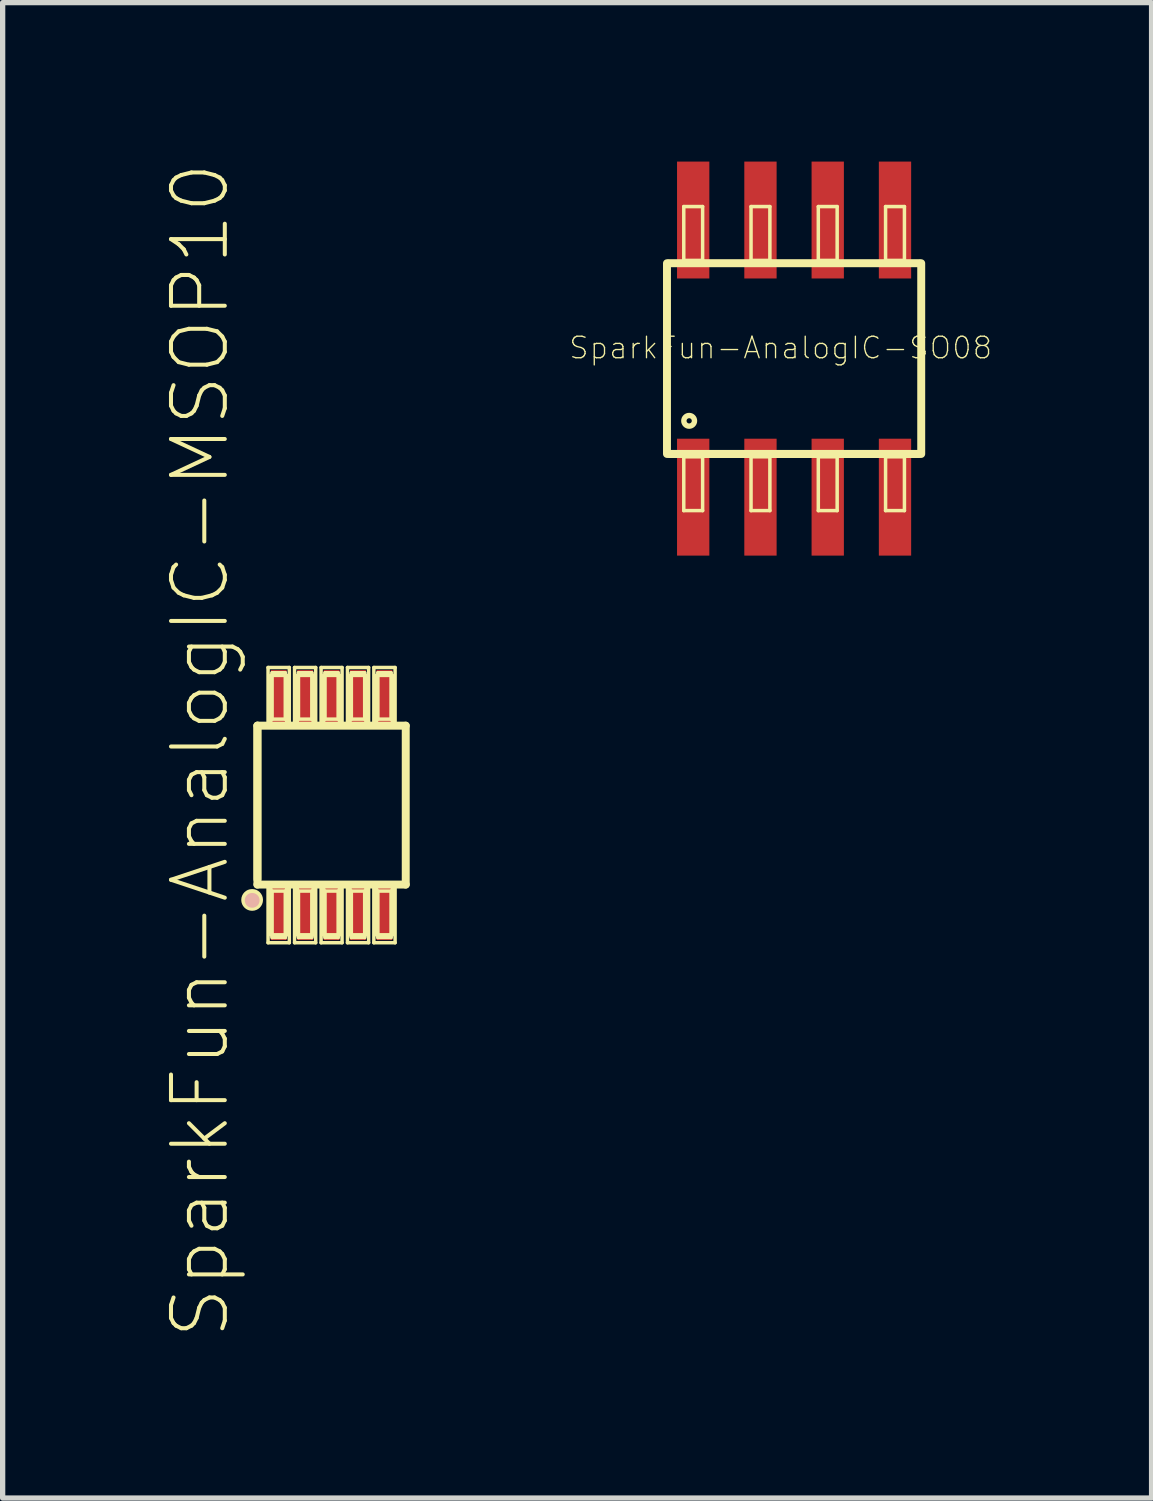
<source format=kicad_pcb>
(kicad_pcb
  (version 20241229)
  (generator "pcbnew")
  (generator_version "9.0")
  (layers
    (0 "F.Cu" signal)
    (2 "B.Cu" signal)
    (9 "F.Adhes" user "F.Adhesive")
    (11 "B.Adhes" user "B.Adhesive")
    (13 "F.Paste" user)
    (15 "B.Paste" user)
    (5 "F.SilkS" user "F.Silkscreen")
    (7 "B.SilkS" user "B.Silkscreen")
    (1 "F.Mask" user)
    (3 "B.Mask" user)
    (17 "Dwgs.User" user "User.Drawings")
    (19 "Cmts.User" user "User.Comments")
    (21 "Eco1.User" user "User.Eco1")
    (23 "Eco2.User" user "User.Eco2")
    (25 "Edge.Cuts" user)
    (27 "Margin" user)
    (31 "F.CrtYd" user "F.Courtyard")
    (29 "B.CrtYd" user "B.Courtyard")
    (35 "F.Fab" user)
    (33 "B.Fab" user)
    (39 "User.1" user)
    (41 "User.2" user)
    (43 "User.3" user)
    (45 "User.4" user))
  (footprint "SparkFun-AnalogIC-SO08"
    (layer "F.Cu")
    (at 11.942 3.72)
    (property "Reference" "SparkFun-AnalogIC-SO08" (at -0.254 -0.203 0) (layer "F.SilkS") (effects (font (size 0.406 0.406) (thickness 0.025))))
    (attr smd)
    (fp_line (start -2.4 -1.8) (end -2.4 1.8) (stroke (width 0.15) (type solid)) (layer "F.SilkS"))
    (fp_line (start -2.36 1.801) (end 2.36 1.801) (stroke (width 0.152) (type solid)) (layer "F.SilkS"))
    (fp_line (start -2.083 -2.87) (end -1.727 -2.87) (stroke (width 0.066) (type solid)) (layer "F.SilkS"))
    (fp_line (start -2.083 -1.854) (end -2.083 -2.87) (stroke (width 0.066) (type solid)) (layer "F.SilkS"))
    (fp_line (start -2.083 -1.854) (end -1.727 -1.854) (stroke (width 0.066) (type solid)) (layer "F.SilkS"))
    (fp_line (start -2.083 1.854) (end -1.727 1.854) (stroke (width 0.066) (type solid)) (layer "F.SilkS"))
    (fp_line (start -2.083 2.87) (end -2.083 1.854) (stroke (width 0.066) (type solid)) (layer "F.SilkS"))
    (fp_line (start -2.083 2.87) (end -1.727 2.87) (stroke (width 0.066) (type solid)) (layer "F.SilkS"))
    (fp_line (start -1.727 -1.854) (end -1.727 -2.87) (stroke (width 0.066) (type solid)) (layer "F.SilkS"))
    (fp_line (start -1.727 2.87) (end -1.727 1.854) (stroke (width 0.066) (type solid)) (layer "F.SilkS"))
    (fp_line (start -0.813 -2.87) (end -0.457 -2.87) (stroke (width 0.066) (type solid)) (layer "F.SilkS"))
    (fp_line (start -0.813 -1.854) (end -0.813 -2.87) (stroke (width 0.066) (type solid)) (layer "F.SilkS"))
    (fp_line (start -0.813 -1.854) (end -0.457 -1.854) (stroke (width 0.066) (type solid)) (layer "F.SilkS"))
    (fp_line (start -0.813 1.854) (end -0.457 1.854) (stroke (width 0.066) (type solid)) (layer "F.SilkS"))
    (fp_line (start -0.813 2.87) (end -0.813 1.854) (stroke (width 0.066) (type solid)) (layer "F.SilkS"))
    (fp_line (start -0.813 2.87) (end -0.457 2.87) (stroke (width 0.066) (type solid)) (layer "F.SilkS"))
    (fp_line (start -0.457 -1.854) (end -0.457 -2.87) (stroke (width 0.066) (type solid)) (layer "F.SilkS"))
    (fp_line (start -0.457 2.87) (end -0.457 1.854) (stroke (width 0.066) (type solid)) (layer "F.SilkS"))
    (fp_line (start 0.457 -2.87) (end 0.813 -2.87) (stroke (width 0.066) (type solid)) (layer "F.SilkS"))
    (fp_line (start 0.457 -1.854) (end 0.457 -2.87) (stroke (width 0.066) (type solid)) (layer "F.SilkS"))
    (fp_line (start 0.457 -1.854) (end 0.813 -1.854) (stroke (width 0.066) (type solid)) (layer "F.SilkS"))
    (fp_line (start 0.457 1.854) (end 0.813 1.854) (stroke (width 0.066) (type solid)) (layer "F.SilkS"))
    (fp_line (start 0.457 2.87) (end 0.457 1.854) (stroke (width 0.066) (type solid)) (layer "F.SilkS"))
    (fp_line (start 0.457 2.87) (end 0.813 2.87) (stroke (width 0.066) (type solid)) (layer "F.SilkS"))
    (fp_line (start 0.813 -1.854) (end 0.813 -2.87) (stroke (width 0.066) (type solid)) (layer "F.SilkS"))
    (fp_line (start 0.813 2.87) (end 0.813 1.854) (stroke (width 0.066) (type solid)) (layer "F.SilkS"))
    (fp_line (start 1.727 -2.87) (end 2.083 -2.87) (stroke (width 0.066) (type solid)) (layer "F.SilkS"))
    (fp_line (start 1.727 -1.854) (end 1.727 -2.87) (stroke (width 0.066) (type solid)) (layer "F.SilkS"))
    (fp_line (start 1.727 -1.854) (end 2.083 -1.854) (stroke (width 0.066) (type solid)) (layer "F.SilkS"))
    (fp_line (start 1.727 1.854) (end 2.083 1.854) (stroke (width 0.066) (type solid)) (layer "F.SilkS"))
    (fp_line (start 1.727 2.87) (end 1.727 1.854) (stroke (width 0.066) (type solid)) (layer "F.SilkS"))
    (fp_line (start 1.727 2.87) (end 2.083 2.87) (stroke (width 0.066) (type solid)) (layer "F.SilkS"))
    (fp_line (start 2.083 -1.854) (end 2.083 -2.87) (stroke (width 0.066) (type solid)) (layer "F.SilkS"))
    (fp_line (start 2.083 2.87) (end 2.083 1.854) (stroke (width 0.066) (type solid)) (layer "F.SilkS"))
    (fp_line (start 2.36 -1.801) (end -2.36 -1.801) (stroke (width 0.152) (type solid)) (layer "F.SilkS"))
    (fp_line (start 2.4 -1.8) (end 2.4 1.8) (stroke (width 0.15) (type solid)) (layer "F.SilkS"))
    (fp_circle (center -1.981 1.175) (end -2.052 1.246) (stroke (width 0.102) (type solid)) (fill no) (layer "F.SilkS"))
    (pad "1" smd rect (at -1.905 2.616) (size 0.61 2.207) (layers "F.Cu" "F.Mask" "F.Paste"))
    (pad "2" smd rect (at -0.635 2.616) (size 0.61 2.207) (layers "F.Cu" "F.Mask" "F.Paste"))
    (pad "3" smd rect (at 0.635 2.616) (size 0.61 2.207) (layers "F.Cu" "F.Mask" "F.Paste"))
    (pad "4" smd rect (at 1.905 2.616) (size 0.61 2.207) (layers "F.Cu" "F.Mask" "F.Paste"))
    (pad "5" smd rect (at 1.905 -2.616) (size 0.61 2.207) (layers "F.Cu" "F.Mask" "F.Paste"))
    (pad "6" smd rect (at 0.635 -2.616) (size 0.61 2.207) (layers "F.Cu" "F.Mask" "F.Paste"))
    (pad "7" smd rect (at -0.635 -2.616) (size 0.61 2.207) (layers "F.Cu" "F.Mask" "F.Paste"))
    (pad "8" smd rect (at -1.905 -2.616) (size 0.61 2.207) (layers "F.Cu" "F.Mask" "F.Paste")))
  (footprint "SparkFun-AnalogIC-MSOP10"
    (layer "F.Cu")
    (at 3.21 12.15)
    (property "Reference" "SparkFun-AnalogIC-MSOP10" (at -2.482 -1.034 90) (layer "F.SilkS") (effects (font (size 1.016 1.016) (thickness 0.076))))
    (attr smd)
    (fp_line (start -1.4 -1.5) (end 1.4 -1.5) (stroke (width 0.15) (type solid)) (layer "F.SilkS"))
    (fp_line (start -1.4 1.4) (end -1.4 -1.5) (stroke (width 0.15) (type solid)) (layer "F.SilkS"))
    (fp_line (start -1.4 1.5) (end -1.4 -1.5) (stroke (width 0.15) (type solid)) (layer "F.SilkS"))
    (fp_line (start -1.199 -2.598) (end -0.798 -2.598) (stroke (width 0.066) (type solid)) (layer "F.SilkS"))
    (fp_line (start -1.199 -1.499) (end -1.199 -2.598) (stroke (width 0.066) (type solid)) (layer "F.SilkS"))
    (fp_line (start -1.199 -1.499) (end -0.798 -1.499) (stroke (width 0.066) (type solid)) (layer "F.SilkS"))
    (fp_line (start -1.199 1.499) (end -0.798 1.499) (stroke (width 0.066) (type solid)) (layer "F.SilkS"))
    (fp_line (start -1.199 2.598) (end -1.199 1.499) (stroke (width 0.066) (type solid)) (layer "F.SilkS"))
    (fp_line (start -1.199 2.598) (end -0.798 2.598) (stroke (width 0.066) (type solid)) (layer "F.SilkS"))
    (fp_line (start -1.148 -2.449) (end -0.848 -2.449) (stroke (width 0.066) (type solid)) (layer "F.SilkS"))
    (fp_line (start -1.148 -1.473) (end -1.148 -2.449) (stroke (width 0.066) (type solid)) (layer "F.SilkS"))
    (fp_line (start -1.148 -1.473) (end -0.848 -1.473) (stroke (width 0.066) (type solid)) (layer "F.SilkS"))
    (fp_line (start -1.148 1.473) (end -0.848 1.473) (stroke (width 0.066) (type solid)) (layer "F.SilkS"))
    (fp_line (start -1.148 2.449) (end -1.148 1.473) (stroke (width 0.066) (type solid)) (layer "F.SilkS"))
    (fp_line (start -1.148 2.449) (end -0.848 2.449) (stroke (width 0.066) (type solid)) (layer "F.SilkS"))
    (fp_line (start -1.123 -2.499) (end -0.874 -2.499) (stroke (width 0.066) (type solid)) (layer "F.SilkS"))
    (fp_line (start -1.123 -1.623) (end -1.123 -2.499) (stroke (width 0.066) (type solid)) (layer "F.SilkS"))
    (fp_line (start -1.123 -1.623) (end -0.874 -1.623) (stroke (width 0.066) (type solid)) (layer "F.SilkS"))
    (fp_line (start -1.123 1.623) (end -0.874 1.623) (stroke (width 0.066) (type solid)) (layer "F.SilkS"))
    (fp_line (start -1.123 2.499) (end -1.123 1.623) (stroke (width 0.066) (type solid)) (layer "F.SilkS"))
    (fp_line (start -1.123 2.499) (end -0.874 2.499) (stroke (width 0.066) (type solid)) (layer "F.SilkS"))
    (fp_line (start -0.874 -1.623) (end -0.874 -2.499) (stroke (width 0.066) (type solid)) (layer "F.SilkS"))
    (fp_line (start -0.874 2.499) (end -0.874 1.623) (stroke (width 0.066) (type solid)) (layer "F.SilkS"))
    (fp_line (start -0.848 -1.473) (end -0.848 -2.449) (stroke (width 0.066) (type solid)) (layer "F.SilkS"))
    (fp_line (start -0.848 2.449) (end -0.848 1.473) (stroke (width 0.066) (type solid)) (layer "F.SilkS"))
    (fp_line (start -0.798 -1.499) (end -0.798 -2.598) (stroke (width 0.066) (type solid)) (layer "F.SilkS"))
    (fp_line (start -0.798 2.598) (end -0.798 1.499) (stroke (width 0.066) (type solid)) (layer "F.SilkS"))
    (fp_line (start -0.699 -2.598) (end -0.3 -2.598) (stroke (width 0.066) (type solid)) (layer "F.SilkS"))
    (fp_line (start -0.699 -1.499) (end -0.699 -2.598) (stroke (width 0.066) (type solid)) (layer "F.SilkS"))
    (fp_line (start -0.699 -1.499) (end -0.3 -1.499) (stroke (width 0.066) (type solid)) (layer "F.SilkS"))
    (fp_line (start -0.699 1.499) (end -0.3 1.499) (stroke (width 0.066) (type solid)) (layer "F.SilkS"))
    (fp_line (start -0.699 2.598) (end -0.699 1.499) (stroke (width 0.066) (type solid)) (layer "F.SilkS"))
    (fp_line (start -0.699 2.598) (end -0.3 2.598) (stroke (width 0.066) (type solid)) (layer "F.SilkS"))
    (fp_line (start -0.648 -2.449) (end -0.348 -2.449) (stroke (width 0.066) (type solid)) (layer "F.SilkS"))
    (fp_line (start -0.648 -1.473) (end -0.648 -2.449) (stroke (width 0.066) (type solid)) (layer "F.SilkS"))
    (fp_line (start -0.648 -1.473) (end -0.348 -1.473) (stroke (width 0.066) (type solid)) (layer "F.SilkS"))
    (fp_line (start -0.648 1.473) (end -0.348 1.473) (stroke (width 0.066) (type solid)) (layer "F.SilkS"))
    (fp_line (start -0.648 2.449) (end -0.648 1.473) (stroke (width 0.066) (type solid)) (layer "F.SilkS"))
    (fp_line (start -0.648 2.449) (end -0.348 2.449) (stroke (width 0.066) (type solid)) (layer "F.SilkS"))
    (fp_line (start -0.625 -2.499) (end -0.373 -2.499) (stroke (width 0.066) (type solid)) (layer "F.SilkS"))
    (fp_line (start -0.625 -1.623) (end -0.625 -2.499) (stroke (width 0.066) (type solid)) (layer "F.SilkS"))
    (fp_line (start -0.625 -1.623) (end -0.373 -1.623) (stroke (width 0.066) (type solid)) (layer "F.SilkS"))
    (fp_line (start -0.625 1.623) (end -0.373 1.623) (stroke (width 0.066) (type solid)) (layer "F.SilkS"))
    (fp_line (start -0.625 2.499) (end -0.625 1.623) (stroke (width 0.066) (type solid)) (layer "F.SilkS"))
    (fp_line (start -0.625 2.499) (end -0.373 2.499) (stroke (width 0.066) (type solid)) (layer "F.SilkS"))
    (fp_line (start -0.373 -1.623) (end -0.373 -2.499) (stroke (width 0.066) (type solid)) (layer "F.SilkS"))
    (fp_line (start -0.373 2.499) (end -0.373 1.623) (stroke (width 0.066) (type solid)) (layer "F.SilkS"))
    (fp_line (start -0.348 -1.473) (end -0.348 -2.449) (stroke (width 0.066) (type solid)) (layer "F.SilkS"))
    (fp_line (start -0.348 2.449) (end -0.348 1.473) (stroke (width 0.066) (type solid)) (layer "F.SilkS"))
    (fp_line (start -0.3 -1.499) (end -0.3 -2.598) (stroke (width 0.066) (type solid)) (layer "F.SilkS"))
    (fp_line (start -0.3 2.598) (end -0.3 1.499) (stroke (width 0.066) (type solid)) (layer "F.SilkS"))
    (fp_line (start -0.198 -2.598) (end 0.198 -2.598) (stroke (width 0.066) (type solid)) (layer "F.SilkS"))
    (fp_line (start -0.198 -1.499) (end -0.198 -2.598) (stroke (width 0.066) (type solid)) (layer "F.SilkS"))
    (fp_line (start -0.198 -1.499) (end 0.198 -1.499) (stroke (width 0.066) (type solid)) (layer "F.SilkS"))
    (fp_line (start -0.198 1.499) (end 0.198 1.499) (stroke (width 0.066) (type solid)) (layer "F.SilkS"))
    (fp_line (start -0.198 2.598) (end -0.198 1.499) (stroke (width 0.066) (type solid)) (layer "F.SilkS"))
    (fp_line (start -0.198 2.598) (end 0.198 2.598) (stroke (width 0.066) (type solid)) (layer "F.SilkS"))
    (fp_line (start -0.15 -2.449) (end 0.15 -2.449) (stroke (width 0.066) (type solid)) (layer "F.SilkS"))
    (fp_line (start -0.15 -1.473) (end -0.15 -2.449) (stroke (width 0.066) (type solid)) (layer "F.SilkS"))
    (fp_line (start -0.15 -1.473) (end 0.15 -1.473) (stroke (width 0.066) (type solid)) (layer "F.SilkS"))
    (fp_line (start -0.15 1.473) (end 0.15 1.473) (stroke (width 0.066) (type solid)) (layer "F.SilkS"))
    (fp_line (start -0.15 2.449) (end -0.15 1.473) (stroke (width 0.066) (type solid)) (layer "F.SilkS"))
    (fp_line (start -0.15 2.449) (end 0.15 2.449) (stroke (width 0.066) (type solid)) (layer "F.SilkS"))
    (fp_line (start -0.124 -2.499) (end 0.124 -2.499) (stroke (width 0.066) (type solid)) (layer "F.SilkS"))
    (fp_line (start -0.124 -1.623) (end -0.124 -2.499) (stroke (width 0.066) (type solid)) (layer "F.SilkS"))
    (fp_line (start -0.124 -1.623) (end 0.124 -1.623) (stroke (width 0.066) (type solid)) (layer "F.SilkS"))
    (fp_line (start -0.124 1.623) (end 0.124 1.623) (stroke (width 0.066) (type solid)) (layer "F.SilkS"))
    (fp_line (start -0.124 2.499) (end -0.124 1.623) (stroke (width 0.066) (type solid)) (layer "F.SilkS"))
    (fp_line (start -0.124 2.499) (end 0.124 2.499) (stroke (width 0.066) (type solid)) (layer "F.SilkS"))
    (fp_line (start 0.124 -1.623) (end 0.124 -2.499) (stroke (width 0.066) (type solid)) (layer "F.SilkS"))
    (fp_line (start 0.124 2.499) (end 0.124 1.623) (stroke (width 0.066) (type solid)) (layer "F.SilkS"))
    (fp_line (start 0.15 -1.473) (end 0.15 -2.449) (stroke (width 0.066) (type solid)) (layer "F.SilkS"))
    (fp_line (start 0.15 2.449) (end 0.15 1.473) (stroke (width 0.066) (type solid)) (layer "F.SilkS"))
    (fp_line (start 0.198 -1.499) (end 0.198 -2.598) (stroke (width 0.066) (type solid)) (layer "F.SilkS"))
    (fp_line (start 0.198 2.598) (end 0.198 1.499) (stroke (width 0.066) (type solid)) (layer "F.SilkS"))
    (fp_line (start 0.3 -2.598) (end 0.699 -2.598) (stroke (width 0.066) (type solid)) (layer "F.SilkS"))
    (fp_line (start 0.3 -1.499) (end 0.3 -2.598) (stroke (width 0.066) (type solid)) (layer "F.SilkS"))
    (fp_line (start 0.3 -1.499) (end 0.699 -1.499) (stroke (width 0.066) (type solid)) (layer "F.SilkS"))
    (fp_line (start 0.3 1.499) (end 0.699 1.499) (stroke (width 0.066) (type solid)) (layer "F.SilkS"))
    (fp_line (start 0.3 2.598) (end 0.3 1.499) (stroke (width 0.066) (type solid)) (layer "F.SilkS"))
    (fp_line (start 0.3 2.598) (end 0.699 2.598) (stroke (width 0.066) (type solid)) (layer "F.SilkS"))
    (fp_line (start 0.348 -2.449) (end 0.648 -2.449) (stroke (width 0.066) (type solid)) (layer "F.SilkS"))
    (fp_line (start 0.348 -1.473) (end 0.348 -2.449) (stroke (width 0.066) (type solid)) (layer "F.SilkS"))
    (fp_line (start 0.348 -1.473) (end 0.648 -1.473) (stroke (width 0.066) (type solid)) (layer "F.SilkS"))
    (fp_line (start 0.348 1.473) (end 0.648 1.473) (stroke (width 0.066) (type solid)) (layer "F.SilkS"))
    (fp_line (start 0.348 2.449) (end 0.348 1.473) (stroke (width 0.066) (type solid)) (layer "F.SilkS"))
    (fp_line (start 0.348 2.449) (end 0.648 2.449) (stroke (width 0.066) (type solid)) (layer "F.SilkS"))
    (fp_line (start 0.373 -2.499) (end 0.625 -2.499) (stroke (width 0.066) (type solid)) (layer "F.SilkS"))
    (fp_line (start 0.373 -1.623) (end 0.373 -2.499) (stroke (width 0.066) (type solid)) (layer "F.SilkS"))
    (fp_line (start 0.373 -1.623) (end 0.625 -1.623) (stroke (width 0.066) (type solid)) (layer "F.SilkS"))
    (fp_line (start 0.373 1.623) (end 0.625 1.623) (stroke (width 0.066) (type solid)) (layer "F.SilkS"))
    (fp_line (start 0.373 2.499) (end 0.373 1.623) (stroke (width 0.066) (type solid)) (layer "F.SilkS"))
    (fp_line (start 0.373 2.499) (end 0.625 2.499) (stroke (width 0.066) (type solid)) (layer "F.SilkS"))
    (fp_line (start 0.625 -1.623) (end 0.625 -2.499) (stroke (width 0.066) (type solid)) (layer "F.SilkS"))
    (fp_line (start 0.625 2.499) (end 0.625 1.623) (stroke (width 0.066) (type solid)) (layer "F.SilkS"))
    (fp_line (start 0.648 -1.473) (end 0.648 -2.449) (stroke (width 0.066) (type solid)) (layer "F.SilkS"))
    (fp_line (start 0.648 2.449) (end 0.648 1.473) (stroke (width 0.066) (type solid)) (layer "F.SilkS"))
    (fp_line (start 0.699 -1.499) (end 0.699 -2.598) (stroke (width 0.066) (type solid)) (layer "F.SilkS"))
    (fp_line (start 0.699 2.598) (end 0.699 1.499) (stroke (width 0.066) (type solid)) (layer "F.SilkS"))
    (fp_line (start 0.798 -2.598) (end 1.199 -2.598) (stroke (width 0.066) (type solid)) (layer "F.SilkS"))
    (fp_line (start 0.798 -1.499) (end 0.798 -2.598) (stroke (width 0.066) (type solid)) (layer "F.SilkS"))
    (fp_line (start 0.798 -1.499) (end 1.199 -1.499) (stroke (width 0.066) (type solid)) (layer "F.SilkS"))
    (fp_line (start 0.798 1.499) (end 1.199 1.499) (stroke (width 0.066) (type solid)) (layer "F.SilkS"))
    (fp_line (start 0.798 2.598) (end 0.798 1.499) (stroke (width 0.066) (type solid)) (layer "F.SilkS"))
    (fp_line (start 0.798 2.598) (end 1.199 2.598) (stroke (width 0.066) (type solid)) (layer "F.SilkS"))
    (fp_line (start 0.848 -2.449) (end 1.148 -2.449) (stroke (width 0.066) (type solid)) (layer "F.SilkS"))
    (fp_line (start 0.848 -1.473) (end 0.848 -2.449) (stroke (width 0.066) (type solid)) (layer "F.SilkS"))
    (fp_line (start 0.848 -1.473) (end 1.148 -1.473) (stroke (width 0.066) (type solid)) (layer "F.SilkS"))
    (fp_line (start 0.848 1.473) (end 1.148 1.473) (stroke (width 0.066) (type solid)) (layer "F.SilkS"))
    (fp_line (start 0.848 2.449) (end 0.848 1.473) (stroke (width 0.066) (type solid)) (layer "F.SilkS"))
    (fp_line (start 0.848 2.449) (end 1.148 2.449) (stroke (width 0.066) (type solid)) (layer "F.SilkS"))
    (fp_line (start 0.874 -2.499) (end 1.123 -2.499) (stroke (width 0.066) (type solid)) (layer "F.SilkS"))
    (fp_line (start 0.874 -1.623) (end 0.874 -2.499) (stroke (width 0.066) (type solid)) (layer "F.SilkS"))
    (fp_line (start 0.874 -1.623) (end 1.123 -1.623) (stroke (width 0.066) (type solid)) (layer "F.SilkS"))
    (fp_line (start 0.874 1.623) (end 1.123 1.623) (stroke (width 0.066) (type solid)) (layer "F.SilkS"))
    (fp_line (start 0.874 2.499) (end 0.874 1.623) (stroke (width 0.066) (type solid)) (layer "F.SilkS"))
    (fp_line (start 0.874 2.499) (end 1.123 2.499) (stroke (width 0.066) (type solid)) (layer "F.SilkS"))
    (fp_line (start 1.123 -1.623) (end 1.123 -2.499) (stroke (width 0.066) (type solid)) (layer "F.SilkS"))
    (fp_line (start 1.123 2.499) (end 1.123 1.623) (stroke (width 0.066) (type solid)) (layer "F.SilkS"))
    (fp_line (start 1.148 -1.473) (end 1.148 -2.449) (stroke (width 0.066) (type solid)) (layer "F.SilkS"))
    (fp_line (start 1.148 2.449) (end 1.148 1.473) (stroke (width 0.066) (type solid)) (layer "F.SilkS"))
    (fp_line (start 1.199 -1.499) (end 1.199 -2.598) (stroke (width 0.066) (type solid)) (layer "F.SilkS"))
    (fp_line (start 1.199 2.598) (end 1.199 1.499) (stroke (width 0.066) (type solid)) (layer "F.SilkS"))
    (fp_line (start 1.4 -1.5) (end 1.4 1.5) (stroke (width 0.15) (type solid)) (layer "F.SilkS"))
    (fp_line (start 1.4 1.5) (end -1.4 1.5) (stroke (width 0.15) (type solid)) (layer "F.SilkS"))
    (fp_circle (center -1.5 1.79) (end -1.43 1.9) (stroke (width 0.15) (type solid)) (fill no) (layer "F.SilkS"))
    (fp_circle (center -1.499 1.798) (end -1.598 1.897) (stroke (width 0) (type solid)) (fill yes) (layer "B.SilkS"))
    (pad "1" smd rect (at -0.998 2.05) (size 0.3 0.998) (layers "F.Cu" "F.Mask" "F.Paste"))
    (pad "2" smd rect (at -0.498 2.05) (size 0.3 0.998) (layers "F.Cu" "F.Mask" "F.Paste"))
    (pad "3" smd rect (at 0 2.05) (size 0.3 0.998) (layers "F.Cu" "F.Mask" "F.Paste"))
    (pad "4" smd rect (at 0.498 2.05) (size 0.3 0.998) (layers "F.Cu" "F.Mask" "F.Paste"))
    (pad "5" smd rect (at 0.998 2.05) (size 0.3 0.998) (layers "F.Cu" "F.Mask" "F.Paste"))
    (pad "6" smd rect (at 0.998 -2.05 180) (size 0.3 0.998) (layers "F.Cu" "F.Mask" "F.Paste"))
    (pad "7" smd rect (at 0.498 -2.05 180) (size 0.3 0.998) (layers "F.Cu" "F.Mask" "F.Paste"))
    (pad "8" smd rect (at 0 -2.05 180) (size 0.3 0.998) (layers "F.Cu" "F.Mask" "F.Paste"))
    (pad "9" smd rect (at -0.498 -2.05 180) (size 0.3 0.998) (layers "F.Cu" "F.Mask" "F.Paste"))
    (pad "10" smd rect (at -0.998 -2.05 180) (size 0.3 0.998) (layers "F.Cu" "F.Mask" "F.Paste")))
  (gr_rect
    (start -3 -3)
    (end 18.691 25.232)
    (stroke (width 0.1) (type default))
    (fill no)
    (layer "Edge.Cuts")))
</source>
